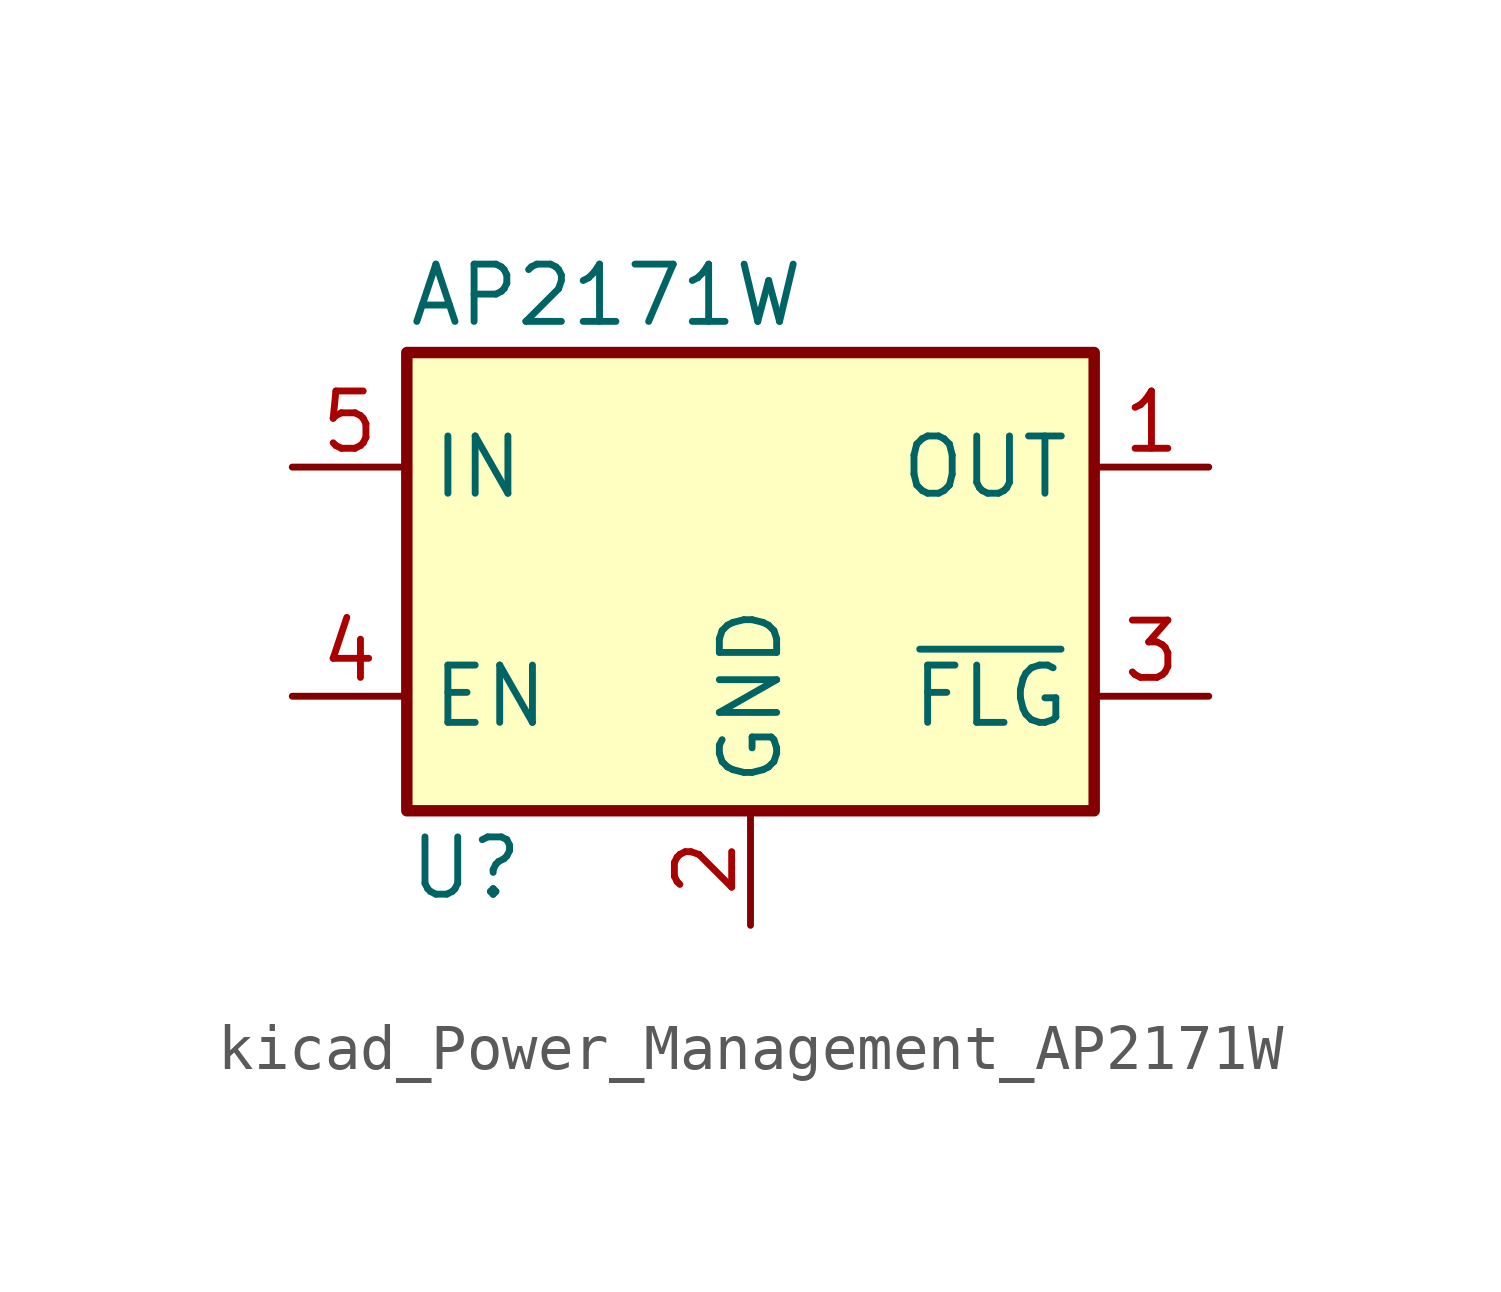
<source format=kicad_sym>
(kicad_symbol_lib
  (version 20220914)
  (generator kicad_symbol_editor)
  (symbol "kicad_Power_Management_AP2171W"
    (property "Reference" "U"
      (at -7.62 -6.35 0)
      (effects (font (size 1.27 1.27)) (justify left)))
    (property "Value" "AP2171W"
      (at -7.62 6.35 0)
      (effects (font (size 1.27 1.27)) (justify left)))
    (symbol "kicad_Power_Management_AP2171W_0_1"
      (rectangle (start -7.62 5.08) (end 7.62 -5.08) (stroke (width 0.254) (type default)) (fill (type background))))
    (symbol "kicad_Power_Management_AP2171W_1_1"
      (pin power_out line (at 10.16 2.54 180) (length 2.54) (name "OUT" (effects (font (size 1.27 1.27)))) (number "1" (effects (font (size 1.27 1.27)))))
      (pin power_in line (at 0 -7.62 90) (length 2.54) (name "GND" (effects (font (size 1.27 1.27)))) (number "2" (effects (font (size 1.27 1.27)))))
      (pin open_collector line (at 10.16 -2.54 180) (length 2.54) (name "~{FLG}" (effects (font (size 1.27 1.27)))) (number "3" (effects (font (size 1.27 1.27)))))
      (pin input line (at -10.16 -2.54 0) (length 2.54) (name "EN" (effects (font (size 1.27 1.27)))) (number "4" (effects (font (size 1.27 1.27)))))
      (pin power_in line (at -10.16 2.54 0) (length 2.54) (name "IN" (effects (font (size 1.27 1.27)))) (number "5" (effects (font (size 1.27 1.27))))))))
</source>
